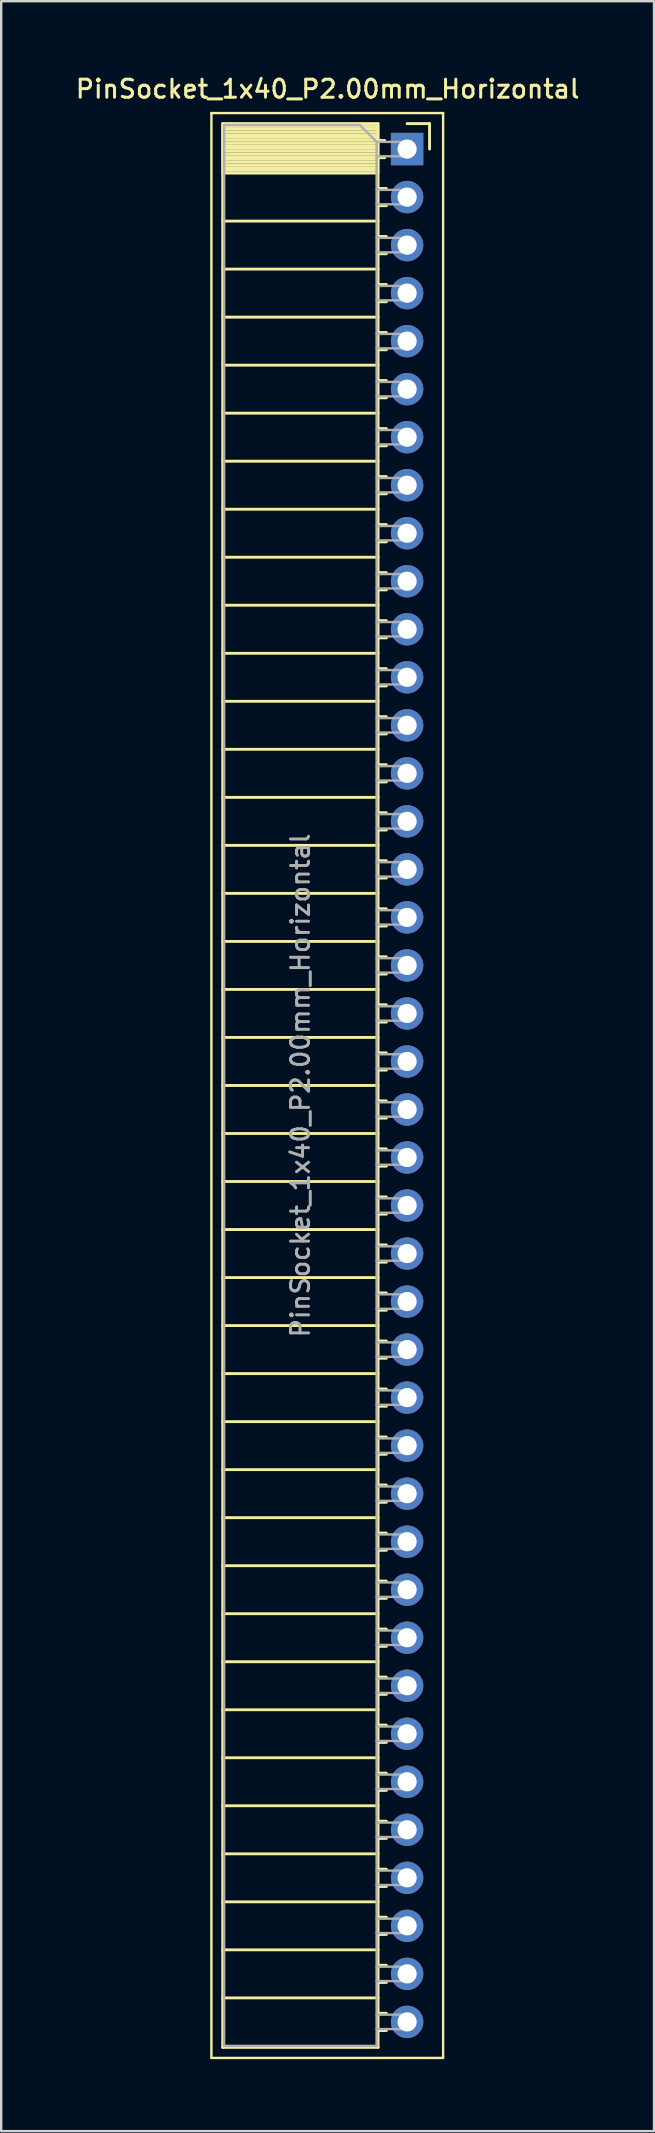
<source format=kicad_pcb>
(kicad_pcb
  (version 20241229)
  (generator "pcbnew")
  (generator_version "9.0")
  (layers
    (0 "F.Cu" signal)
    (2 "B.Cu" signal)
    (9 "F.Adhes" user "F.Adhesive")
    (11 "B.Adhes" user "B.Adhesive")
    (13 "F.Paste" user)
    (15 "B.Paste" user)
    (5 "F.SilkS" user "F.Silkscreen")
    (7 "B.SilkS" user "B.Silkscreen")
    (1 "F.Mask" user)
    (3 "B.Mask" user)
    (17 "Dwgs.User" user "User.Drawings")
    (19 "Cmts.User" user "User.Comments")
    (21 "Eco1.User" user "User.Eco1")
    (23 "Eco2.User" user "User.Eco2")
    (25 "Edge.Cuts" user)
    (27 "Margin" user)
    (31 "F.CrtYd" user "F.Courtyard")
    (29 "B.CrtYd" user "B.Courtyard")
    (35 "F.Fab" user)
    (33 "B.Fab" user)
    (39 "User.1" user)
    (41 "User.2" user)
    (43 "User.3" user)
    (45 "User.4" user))
  (footprint "PinSocket_1x40_P2.00mm_Horizontal"
    (layer "F.Cu")
    (at 13.905 3.158)
    (property "Reference" "PinSocket_1x40_P2.00mm_Horizontal" (at -3.31 -2.5 0) (layer "F.SilkS") (effects (font (size 0.75 0.75) (thickness 0.125))))
    (attr through_hole)
    (fp_line (start -8.15 -1.5) (end -8.15 79.5) (stroke (width 0.1) (type solid)) (layer "F.SilkS"))
    (fp_line (start -8.15 79.5) (end 1.5 79.5) (stroke (width 0.1) (type solid)) (layer "F.SilkS"))
    (fp_line (start -7.68 -1.06) (end -7.68 79.06) (stroke (width 0.12) (type solid)) (layer "F.SilkS"))
    (fp_line (start -7.68 -1.06) (end -1.21 -1.06) (stroke (width 0.12) (type solid)) (layer "F.SilkS"))
    (fp_line (start -7.68 -0.94) (end -1.21 -0.94) (stroke (width 0.12) (type solid)) (layer "F.SilkS"))
    (fp_line (start -7.68 -0.826) (end -1.21 -0.826) (stroke (width 0.12) (type solid)) (layer "F.SilkS"))
    (fp_line (start -7.68 -0.712) (end -1.21 -0.712) (stroke (width 0.12) (type solid)) (layer "F.SilkS"))
    (fp_line (start -7.68 -0.598) (end -1.21 -0.598) (stroke (width 0.12) (type solid)) (layer "F.SilkS"))
    (fp_line (start -7.68 -0.484) (end -1.21 -0.484) (stroke (width 0.12) (type solid)) (layer "F.SilkS"))
    (fp_line (start -7.68 -0.369) (end -1.21 -0.369) (stroke (width 0.12) (type solid)) (layer "F.SilkS"))
    (fp_line (start -7.68 -0.255) (end -1.21 -0.255) (stroke (width 0.12) (type solid)) (layer "F.SilkS"))
    (fp_line (start -7.68 -0.141) (end -1.21 -0.141) (stroke (width 0.12) (type solid)) (layer "F.SilkS"))
    (fp_line (start -7.68 -0.027) (end -1.21 -0.027) (stroke (width 0.12) (type solid)) (layer "F.SilkS"))
    (fp_line (start -7.68 0.087) (end -1.21 0.087) (stroke (width 0.12) (type solid)) (layer "F.SilkS"))
    (fp_line (start -7.68 0.201) (end -1.21 0.201) (stroke (width 0.12) (type solid)) (layer "F.SilkS"))
    (fp_line (start -7.68 0.315) (end -1.21 0.315) (stroke (width 0.12) (type solid)) (layer "F.SilkS"))
    (fp_line (start -7.68 0.429) (end -1.21 0.429) (stroke (width 0.12) (type solid)) (layer "F.SilkS"))
    (fp_line (start -7.68 0.544) (end -1.21 0.544) (stroke (width 0.12) (type solid)) (layer "F.SilkS"))
    (fp_line (start -7.68 0.658) (end -1.21 0.658) (stroke (width 0.12) (type solid)) (layer "F.SilkS"))
    (fp_line (start -7.68 0.772) (end -1.21 0.772) (stroke (width 0.12) (type solid)) (layer "F.SilkS"))
    (fp_line (start -7.68 0.886) (end -1.21 0.886) (stroke (width 0.12) (type solid)) (layer "F.SilkS"))
    (fp_line (start -7.68 1) (end -1.21 1) (stroke (width 0.12) (type solid)) (layer "F.SilkS"))
    (fp_line (start -7.68 3) (end -1.21 3) (stroke (width 0.12) (type solid)) (layer "F.SilkS"))
    (fp_line (start -7.68 5) (end -1.21 5) (stroke (width 0.12) (type solid)) (layer "F.SilkS"))
    (fp_line (start -7.68 7) (end -1.21 7) (stroke (width 0.12) (type solid)) (layer "F.SilkS"))
    (fp_line (start -7.68 9) (end -1.21 9) (stroke (width 0.12) (type solid)) (layer "F.SilkS"))
    (fp_line (start -7.68 11) (end -1.21 11) (stroke (width 0.12) (type solid)) (layer "F.SilkS"))
    (fp_line (start -7.68 13) (end -1.21 13) (stroke (width 0.12) (type solid)) (layer "F.SilkS"))
    (fp_line (start -7.68 15) (end -1.21 15) (stroke (width 0.12) (type solid)) (layer "F.SilkS"))
    (fp_line (start -7.68 17) (end -1.21 17) (stroke (width 0.12) (type solid)) (layer "F.SilkS"))
    (fp_line (start -7.68 19) (end -1.21 19) (stroke (width 0.12) (type solid)) (layer "F.SilkS"))
    (fp_line (start -7.68 21) (end -1.21 21) (stroke (width 0.12) (type solid)) (layer "F.SilkS"))
    (fp_line (start -7.68 23) (end -1.21 23) (stroke (width 0.12) (type solid)) (layer "F.SilkS"))
    (fp_line (start -7.68 25) (end -1.21 25) (stroke (width 0.12) (type solid)) (layer "F.SilkS"))
    (fp_line (start -7.68 27) (end -1.21 27) (stroke (width 0.12) (type solid)) (layer "F.SilkS"))
    (fp_line (start -7.68 29) (end -1.21 29) (stroke (width 0.12) (type solid)) (layer "F.SilkS"))
    (fp_line (start -7.68 31) (end -1.21 31) (stroke (width 0.12) (type solid)) (layer "F.SilkS"))
    (fp_line (start -7.68 33) (end -1.21 33) (stroke (width 0.12) (type solid)) (layer "F.SilkS"))
    (fp_line (start -7.68 35) (end -1.21 35) (stroke (width 0.12) (type solid)) (layer "F.SilkS"))
    (fp_line (start -7.68 37) (end -1.21 37) (stroke (width 0.12) (type solid)) (layer "F.SilkS"))
    (fp_line (start -7.68 39) (end -1.21 39) (stroke (width 0.12) (type solid)) (layer "F.SilkS"))
    (fp_line (start -7.68 41) (end -1.21 41) (stroke (width 0.12) (type solid)) (layer "F.SilkS"))
    (fp_line (start -7.68 43) (end -1.21 43) (stroke (width 0.12) (type solid)) (layer "F.SilkS"))
    (fp_line (start -7.68 45) (end -1.21 45) (stroke (width 0.12) (type solid)) (layer "F.SilkS"))
    (fp_line (start -7.68 47) (end -1.21 47) (stroke (width 0.12) (type solid)) (layer "F.SilkS"))
    (fp_line (start -7.68 49) (end -1.21 49) (stroke (width 0.12) (type solid)) (layer "F.SilkS"))
    (fp_line (start -7.68 51) (end -1.21 51) (stroke (width 0.12) (type solid)) (layer "F.SilkS"))
    (fp_line (start -7.68 53) (end -1.21 53) (stroke (width 0.12) (type solid)) (layer "F.SilkS"))
    (fp_line (start -7.68 55) (end -1.21 55) (stroke (width 0.12) (type solid)) (layer "F.SilkS"))
    (fp_line (start -7.68 57) (end -1.21 57) (stroke (width 0.12) (type solid)) (layer "F.SilkS"))
    (fp_line (start -7.68 59) (end -1.21 59) (stroke (width 0.12) (type solid)) (layer "F.SilkS"))
    (fp_line (start -7.68 61) (end -1.21 61) (stroke (width 0.12) (type solid)) (layer "F.SilkS"))
    (fp_line (start -7.68 63) (end -1.21 63) (stroke (width 0.12) (type solid)) (layer "F.SilkS"))
    (fp_line (start -7.68 65) (end -1.21 65) (stroke (width 0.12) (type solid)) (layer "F.SilkS"))
    (fp_line (start -7.68 67) (end -1.21 67) (stroke (width 0.12) (type solid)) (layer "F.SilkS"))
    (fp_line (start -7.68 69) (end -1.21 69) (stroke (width 0.12) (type solid)) (layer "F.SilkS"))
    (fp_line (start -7.68 71) (end -1.21 71) (stroke (width 0.12) (type solid)) (layer "F.SilkS"))
    (fp_line (start -7.68 73) (end -1.21 73) (stroke (width 0.12) (type solid)) (layer "F.SilkS"))
    (fp_line (start -7.68 75) (end -1.21 75) (stroke (width 0.12) (type solid)) (layer "F.SilkS"))
    (fp_line (start -7.68 77) (end -1.21 77) (stroke (width 0.12) (type solid)) (layer "F.SilkS"))
    (fp_line (start -7.68 79.06) (end -1.21 79.06) (stroke (width 0.12) (type solid)) (layer "F.SilkS"))
    (fp_line (start -1.21 -1.06) (end -1.21 79.06) (stroke (width 0.12) (type solid)) (layer "F.SilkS"))
    (fp_line (start -1.21 -0.36) (end -0.935 -0.36) (stroke (width 0.12) (type solid)) (layer "F.SilkS"))
    (fp_line (start -1.21 0.36) (end -0.935 0.36) (stroke (width 0.12) (type solid)) (layer "F.SilkS"))
    (fp_line (start -1.21 1.64) (end -0.863 1.64) (stroke (width 0.12) (type solid)) (layer "F.SilkS"))
    (fp_line (start -1.21 2.36) (end -0.863 2.36) (stroke (width 0.12) (type solid)) (layer "F.SilkS"))
    (fp_line (start -1.21 3.64) (end -0.863 3.64) (stroke (width 0.12) (type solid)) (layer "F.SilkS"))
    (fp_line (start -1.21 4.36) (end -0.863 4.36) (stroke (width 0.12) (type solid)) (layer "F.SilkS"))
    (fp_line (start -1.21 5.64) (end -0.863 5.64) (stroke (width 0.12) (type solid)) (layer "F.SilkS"))
    (fp_line (start -1.21 6.36) (end -0.863 6.36) (stroke (width 0.12) (type solid)) (layer "F.SilkS"))
    (fp_line (start -1.21 7.64) (end -0.863 7.64) (stroke (width 0.12) (type solid)) (layer "F.SilkS"))
    (fp_line (start -1.21 8.36) (end -0.863 8.36) (stroke (width 0.12) (type solid)) (layer "F.SilkS"))
    (fp_line (start -1.21 9.64) (end -0.863 9.64) (stroke (width 0.12) (type solid)) (layer "F.SilkS"))
    (fp_line (start -1.21 10.36) (end -0.863 10.36) (stroke (width 0.12) (type solid)) (layer "F.SilkS"))
    (fp_line (start -1.21 11.64) (end -0.863 11.64) (stroke (width 0.12) (type solid)) (layer "F.SilkS"))
    (fp_line (start -1.21 12.36) (end -0.863 12.36) (stroke (width 0.12) (type solid)) (layer "F.SilkS"))
    (fp_line (start -1.21 13.64) (end -0.863 13.64) (stroke (width 0.12) (type solid)) (layer "F.SilkS"))
    (fp_line (start -1.21 14.36) (end -0.863 14.36) (stroke (width 0.12) (type solid)) (layer "F.SilkS"))
    (fp_line (start -1.21 15.64) (end -0.863 15.64) (stroke (width 0.12) (type solid)) (layer "F.SilkS"))
    (fp_line (start -1.21 16.36) (end -0.863 16.36) (stroke (width 0.12) (type solid)) (layer "F.SilkS"))
    (fp_line (start -1.21 17.64) (end -0.863 17.64) (stroke (width 0.12) (type solid)) (layer "F.SilkS"))
    (fp_line (start -1.21 18.36) (end -0.863 18.36) (stroke (width 0.12) (type solid)) (layer "F.SilkS"))
    (fp_line (start -1.21 19.64) (end -0.863 19.64) (stroke (width 0.12) (type solid)) (layer "F.SilkS"))
    (fp_line (start -1.21 20.36) (end -0.863 20.36) (stroke (width 0.12) (type solid)) (layer "F.SilkS"))
    (fp_line (start -1.21 21.64) (end -0.863 21.64) (stroke (width 0.12) (type solid)) (layer "F.SilkS"))
    (fp_line (start -1.21 22.36) (end -0.863 22.36) (stroke (width 0.12) (type solid)) (layer "F.SilkS"))
    (fp_line (start -1.21 23.64) (end -0.863 23.64) (stroke (width 0.12) (type solid)) (layer "F.SilkS"))
    (fp_line (start -1.21 24.36) (end -0.863 24.36) (stroke (width 0.12) (type solid)) (layer "F.SilkS"))
    (fp_line (start -1.21 25.64) (end -0.863 25.64) (stroke (width 0.12) (type solid)) (layer "F.SilkS"))
    (fp_line (start -1.21 26.36) (end -0.863 26.36) (stroke (width 0.12) (type solid)) (layer "F.SilkS"))
    (fp_line (start -1.21 27.64) (end -0.863 27.64) (stroke (width 0.12) (type solid)) (layer "F.SilkS"))
    (fp_line (start -1.21 28.36) (end -0.863 28.36) (stroke (width 0.12) (type solid)) (layer "F.SilkS"))
    (fp_line (start -1.21 29.64) (end -0.863 29.64) (stroke (width 0.12) (type solid)) (layer "F.SilkS"))
    (fp_line (start -1.21 30.36) (end -0.863 30.36) (stroke (width 0.12) (type solid)) (layer "F.SilkS"))
    (fp_line (start -1.21 31.64) (end -0.863 31.64) (stroke (width 0.12) (type solid)) (layer "F.SilkS"))
    (fp_line (start -1.21 32.36) (end -0.863 32.36) (stroke (width 0.12) (type solid)) (layer "F.SilkS"))
    (fp_line (start -1.21 33.64) (end -0.863 33.64) (stroke (width 0.12) (type solid)) (layer "F.SilkS"))
    (fp_line (start -1.21 34.36) (end -0.863 34.36) (stroke (width 0.12) (type solid)) (layer "F.SilkS"))
    (fp_line (start -1.21 35.64) (end -0.863 35.64) (stroke (width 0.12) (type solid)) (layer "F.SilkS"))
    (fp_line (start -1.21 36.36) (end -0.863 36.36) (stroke (width 0.12) (type solid)) (layer "F.SilkS"))
    (fp_line (start -1.21 37.64) (end -0.863 37.64) (stroke (width 0.12) (type solid)) (layer "F.SilkS"))
    (fp_line (start -1.21 38.36) (end -0.863 38.36) (stroke (width 0.12) (type solid)) (layer "F.SilkS"))
    (fp_line (start -1.21 39.64) (end -0.863 39.64) (stroke (width 0.12) (type solid)) (layer "F.SilkS"))
    (fp_line (start -1.21 40.36) (end -0.863 40.36) (stroke (width 0.12) (type solid)) (layer "F.SilkS"))
    (fp_line (start -1.21 41.64) (end -0.863 41.64) (stroke (width 0.12) (type solid)) (layer "F.SilkS"))
    (fp_line (start -1.21 42.36) (end -0.863 42.36) (stroke (width 0.12) (type solid)) (layer "F.SilkS"))
    (fp_line (start -1.21 43.64) (end -0.863 43.64) (stroke (width 0.12) (type solid)) (layer "F.SilkS"))
    (fp_line (start -1.21 44.36) (end -0.863 44.36) (stroke (width 0.12) (type solid)) (layer "F.SilkS"))
    (fp_line (start -1.21 45.64) (end -0.863 45.64) (stroke (width 0.12) (type solid)) (layer "F.SilkS"))
    (fp_line (start -1.21 46.36) (end -0.863 46.36) (stroke (width 0.12) (type solid)) (layer "F.SilkS"))
    (fp_line (start -1.21 47.64) (end -0.863 47.64) (stroke (width 0.12) (type solid)) (layer "F.SilkS"))
    (fp_line (start -1.21 48.36) (end -0.863 48.36) (stroke (width 0.12) (type solid)) (layer "F.SilkS"))
    (fp_line (start -1.21 49.64) (end -0.863 49.64) (stroke (width 0.12) (type solid)) (layer "F.SilkS"))
    (fp_line (start -1.21 50.36) (end -0.863 50.36) (stroke (width 0.12) (type solid)) (layer "F.SilkS"))
    (fp_line (start -1.21 51.64) (end -0.863 51.64) (stroke (width 0.12) (type solid)) (layer "F.SilkS"))
    (fp_line (start -1.21 52.36) (end -0.863 52.36) (stroke (width 0.12) (type solid)) (layer "F.SilkS"))
    (fp_line (start -1.21 53.64) (end -0.863 53.64) (stroke (width 0.12) (type solid)) (layer "F.SilkS"))
    (fp_line (start -1.21 54.36) (end -0.863 54.36) (stroke (width 0.12) (type solid)) (layer "F.SilkS"))
    (fp_line (start -1.21 55.64) (end -0.863 55.64) (stroke (width 0.12) (type solid)) (layer "F.SilkS"))
    (fp_line (start -1.21 56.36) (end -0.863 56.36) (stroke (width 0.12) (type solid)) (layer "F.SilkS"))
    (fp_line (start -1.21 57.64) (end -0.863 57.64) (stroke (width 0.12) (type solid)) (layer "F.SilkS"))
    (fp_line (start -1.21 58.36) (end -0.863 58.36) (stroke (width 0.12) (type solid)) (layer "F.SilkS"))
    (fp_line (start -1.21 59.64) (end -0.863 59.64) (stroke (width 0.12) (type solid)) (layer "F.SilkS"))
    (fp_line (start -1.21 60.36) (end -0.863 60.36) (stroke (width 0.12) (type solid)) (layer "F.SilkS"))
    (fp_line (start -1.21 61.64) (end -0.863 61.64) (stroke (width 0.12) (type solid)) (layer "F.SilkS"))
    (fp_line (start -1.21 62.36) (end -0.863 62.36) (stroke (width 0.12) (type solid)) (layer "F.SilkS"))
    (fp_line (start -1.21 63.64) (end -0.863 63.64) (stroke (width 0.12) (type solid)) (layer "F.SilkS"))
    (fp_line (start -1.21 64.36) (end -0.863 64.36) (stroke (width 0.12) (type solid)) (layer "F.SilkS"))
    (fp_line (start -1.21 65.64) (end -0.863 65.64) (stroke (width 0.12) (type solid)) (layer "F.SilkS"))
    (fp_line (start -1.21 66.36) (end -0.863 66.36) (stroke (width 0.12) (type solid)) (layer "F.SilkS"))
    (fp_line (start -1.21 67.64) (end -0.863 67.64) (stroke (width 0.12) (type solid)) (layer "F.SilkS"))
    (fp_line (start -1.21 68.36) (end -0.863 68.36) (stroke (width 0.12) (type solid)) (layer "F.SilkS"))
    (fp_line (start -1.21 69.64) (end -0.863 69.64) (stroke (width 0.12) (type solid)) (layer "F.SilkS"))
    (fp_line (start -1.21 70.36) (end -0.863 70.36) (stroke (width 0.12) (type solid)) (layer "F.SilkS"))
    (fp_line (start -1.21 71.64) (end -0.863 71.64) (stroke (width 0.12) (type solid)) (layer "F.SilkS"))
    (fp_line (start -1.21 72.36) (end -0.863 72.36) (stroke (width 0.12) (type solid)) (layer "F.SilkS"))
    (fp_line (start -1.21 73.64) (end -0.863 73.64) (stroke (width 0.12) (type solid)) (layer "F.SilkS"))
    (fp_line (start -1.21 74.36) (end -0.863 74.36) (stroke (width 0.12) (type solid)) (layer "F.SilkS"))
    (fp_line (start -1.21 75.64) (end -0.863 75.64) (stroke (width 0.12) (type solid)) (layer "F.SilkS"))
    (fp_line (start -1.21 76.36) (end -0.863 76.36) (stroke (width 0.12) (type solid)) (layer "F.SilkS"))
    (fp_line (start -1.21 77.64) (end -0.863 77.64) (stroke (width 0.12) (type solid)) (layer "F.SilkS"))
    (fp_line (start -1.21 78.36) (end -0.863 78.36) (stroke (width 0.12) (type solid)) (layer "F.SilkS"))
    (fp_line (start 0 -1.06) (end 0.935 -1.06) (stroke (width 0.12) (type solid)) (layer "F.SilkS"))
    (fp_line (start 0.935 -1.06) (end 0.935 0) (stroke (width 0.12) (type solid)) (layer "F.SilkS"))
    (fp_line (start 1.5 -1.5) (end -8.15 -1.5) (stroke (width 0.1) (type solid)) (layer "F.SilkS"))
    (fp_line (start 1.5 79.5) (end 1.5 -1.5) (stroke (width 0.1) (type solid)) (layer "F.SilkS"))
    (fp_line (start -7.62 -1) (end -1.97 -1) (stroke (width 0.1) (type solid)) (layer "F.Fab"))
    (fp_line (start -7.62 79) (end -7.62 -1) (stroke (width 0.1) (type solid)) (layer "F.Fab"))
    (fp_line (start -1.97 -1) (end -1.27 -0.3) (stroke (width 0.1) (type solid)) (layer "F.Fab"))
    (fp_line (start -1.27 -0.3) (end -1.27 79) (stroke (width 0.1) (type solid)) (layer "F.Fab"))
    (fp_line (start -1.27 0.3) (end 0 0.3) (stroke (width 0.1) (type solid)) (layer "F.Fab"))
    (fp_line (start -1.27 2.3) (end 0 2.3) (stroke (width 0.1) (type solid)) (layer "F.Fab"))
    (fp_line (start -1.27 4.3) (end 0 4.3) (stroke (width 0.1) (type solid)) (layer "F.Fab"))
    (fp_line (start -1.27 6.3) (end 0 6.3) (stroke (width 0.1) (type solid)) (layer "F.Fab"))
    (fp_line (start -1.27 8.3) (end 0 8.3) (stroke (width 0.1) (type solid)) (layer "F.Fab"))
    (fp_line (start -1.27 10.3) (end 0 10.3) (stroke (width 0.1) (type solid)) (layer "F.Fab"))
    (fp_line (start -1.27 12.3) (end 0 12.3) (stroke (width 0.1) (type solid)) (layer "F.Fab"))
    (fp_line (start -1.27 14.3) (end 0 14.3) (stroke (width 0.1) (type solid)) (layer "F.Fab"))
    (fp_line (start -1.27 16.3) (end 0 16.3) (stroke (width 0.1) (type solid)) (layer "F.Fab"))
    (fp_line (start -1.27 18.3) (end 0 18.3) (stroke (width 0.1) (type solid)) (layer "F.Fab"))
    (fp_line (start -1.27 20.3) (end 0 20.3) (stroke (width 0.1) (type solid)) (layer "F.Fab"))
    (fp_line (start -1.27 22.3) (end 0 22.3) (stroke (width 0.1) (type solid)) (layer "F.Fab"))
    (fp_line (start -1.27 24.3) (end 0 24.3) (stroke (width 0.1) (type solid)) (layer "F.Fab"))
    (fp_line (start -1.27 26.3) (end 0 26.3) (stroke (width 0.1) (type solid)) (layer "F.Fab"))
    (fp_line (start -1.27 28.3) (end 0 28.3) (stroke (width 0.1) (type solid)) (layer "F.Fab"))
    (fp_line (start -1.27 30.3) (end 0 30.3) (stroke (width 0.1) (type solid)) (layer "F.Fab"))
    (fp_line (start -1.27 32.3) (end 0 32.3) (stroke (width 0.1) (type solid)) (layer "F.Fab"))
    (fp_line (start -1.27 34.3) (end 0 34.3) (stroke (width 0.1) (type solid)) (layer "F.Fab"))
    (fp_line (start -1.27 36.3) (end 0 36.3) (stroke (width 0.1) (type solid)) (layer "F.Fab"))
    (fp_line (start -1.27 38.3) (end 0 38.3) (stroke (width 0.1) (type solid)) (layer "F.Fab"))
    (fp_line (start -1.27 40.3) (end 0 40.3) (stroke (width 0.1) (type solid)) (layer "F.Fab"))
    (fp_line (start -1.27 42.3) (end 0 42.3) (stroke (width 0.1) (type solid)) (layer "F.Fab"))
    (fp_line (start -1.27 44.3) (end 0 44.3) (stroke (width 0.1) (type solid)) (layer "F.Fab"))
    (fp_line (start -1.27 46.3) (end 0 46.3) (stroke (width 0.1) (type solid)) (layer "F.Fab"))
    (fp_line (start -1.27 48.3) (end 0 48.3) (stroke (width 0.1) (type solid)) (layer "F.Fab"))
    (fp_line (start -1.27 50.3) (end 0 50.3) (stroke (width 0.1) (type solid)) (layer "F.Fab"))
    (fp_line (start -1.27 52.3) (end 0 52.3) (stroke (width 0.1) (type solid)) (layer "F.Fab"))
    (fp_line (start -1.27 54.3) (end 0 54.3) (stroke (width 0.1) (type solid)) (layer "F.Fab"))
    (fp_line (start -1.27 56.3) (end 0 56.3) (stroke (width 0.1) (type solid)) (layer "F.Fab"))
    (fp_line (start -1.27 58.3) (end 0 58.3) (stroke (width 0.1) (type solid)) (layer "F.Fab"))
    (fp_line (start -1.27 60.3) (end 0 60.3) (stroke (width 0.1) (type solid)) (layer "F.Fab"))
    (fp_line (start -1.27 62.3) (end 0 62.3) (stroke (width 0.1) (type solid)) (layer "F.Fab"))
    (fp_line (start -1.27 64.3) (end 0 64.3) (stroke (width 0.1) (type solid)) (layer "F.Fab"))
    (fp_line (start -1.27 66.3) (end 0 66.3) (stroke (width 0.1) (type solid)) (layer "F.Fab"))
    (fp_line (start -1.27 68.3) (end 0 68.3) (stroke (width 0.1) (type solid)) (layer "F.Fab"))
    (fp_line (start -1.27 70.3) (end 0 70.3) (stroke (width 0.1) (type solid)) (layer "F.Fab"))
    (fp_line (start -1.27 72.3) (end 0 72.3) (stroke (width 0.1) (type solid)) (layer "F.Fab"))
    (fp_line (start -1.27 74.3) (end 0 74.3) (stroke (width 0.1) (type solid)) (layer "F.Fab"))
    (fp_line (start -1.27 76.3) (end 0 76.3) (stroke (width 0.1) (type solid)) (layer "F.Fab"))
    (fp_line (start -1.27 78.3) (end 0 78.3) (stroke (width 0.1) (type solid)) (layer "F.Fab"))
    (fp_line (start -1.27 79) (end -7.62 79) (stroke (width 0.1) (type solid)) (layer "F.Fab"))
    (fp_line (start 0 -0.3) (end -1.27 -0.3) (stroke (width 0.1) (type solid)) (layer "F.Fab"))
    (fp_line (start 0 0.3) (end 0 -0.3) (stroke (width 0.1) (type solid)) (layer "F.Fab"))
    (fp_line (start 0 1.7) (end -1.27 1.7) (stroke (width 0.1) (type solid)) (layer "F.Fab"))
    (fp_line (start 0 2.3) (end 0 1.7) (stroke (width 0.1) (type solid)) (layer "F.Fab"))
    (fp_line (start 0 3.7) (end -1.27 3.7) (stroke (width 0.1) (type solid)) (layer "F.Fab"))
    (fp_line (start 0 4.3) (end 0 3.7) (stroke (width 0.1) (type solid)) (layer "F.Fab"))
    (fp_line (start 0 5.7) (end -1.27 5.7) (stroke (width 0.1) (type solid)) (layer "F.Fab"))
    (fp_line (start 0 6.3) (end 0 5.7) (stroke (width 0.1) (type solid)) (layer "F.Fab"))
    (fp_line (start 0 7.7) (end -1.27 7.7) (stroke (width 0.1) (type solid)) (layer "F.Fab"))
    (fp_line (start 0 8.3) (end 0 7.7) (stroke (width 0.1) (type solid)) (layer "F.Fab"))
    (fp_line (start 0 9.7) (end -1.27 9.7) (stroke (width 0.1) (type solid)) (layer "F.Fab"))
    (fp_line (start 0 10.3) (end 0 9.7) (stroke (width 0.1) (type solid)) (layer "F.Fab"))
    (fp_line (start 0 11.7) (end -1.27 11.7) (stroke (width 0.1) (type solid)) (layer "F.Fab"))
    (fp_line (start 0 12.3) (end 0 11.7) (stroke (width 0.1) (type solid)) (layer "F.Fab"))
    (fp_line (start 0 13.7) (end -1.27 13.7) (stroke (width 0.1) (type solid)) (layer "F.Fab"))
    (fp_line (start 0 14.3) (end 0 13.7) (stroke (width 0.1) (type solid)) (layer "F.Fab"))
    (fp_line (start 0 15.7) (end -1.27 15.7) (stroke (width 0.1) (type solid)) (layer "F.Fab"))
    (fp_line (start 0 16.3) (end 0 15.7) (stroke (width 0.1) (type solid)) (layer "F.Fab"))
    (fp_line (start 0 17.7) (end -1.27 17.7) (stroke (width 0.1) (type solid)) (layer "F.Fab"))
    (fp_line (start 0 18.3) (end 0 17.7) (stroke (width 0.1) (type solid)) (layer "F.Fab"))
    (fp_line (start 0 19.7) (end -1.27 19.7) (stroke (width 0.1) (type solid)) (layer "F.Fab"))
    (fp_line (start 0 20.3) (end 0 19.7) (stroke (width 0.1) (type solid)) (layer "F.Fab"))
    (fp_line (start 0 21.7) (end -1.27 21.7) (stroke (width 0.1) (type solid)) (layer "F.Fab"))
    (fp_line (start 0 22.3) (end 0 21.7) (stroke (width 0.1) (type solid)) (layer "F.Fab"))
    (fp_line (start 0 23.7) (end -1.27 23.7) (stroke (width 0.1) (type solid)) (layer "F.Fab"))
    (fp_line (start 0 24.3) (end 0 23.7) (stroke (width 0.1) (type solid)) (layer "F.Fab"))
    (fp_line (start 0 25.7) (end -1.27 25.7) (stroke (width 0.1) (type solid)) (layer "F.Fab"))
    (fp_line (start 0 26.3) (end 0 25.7) (stroke (width 0.1) (type solid)) (layer "F.Fab"))
    (fp_line (start 0 27.7) (end -1.27 27.7) (stroke (width 0.1) (type solid)) (layer "F.Fab"))
    (fp_line (start 0 28.3) (end 0 27.7) (stroke (width 0.1) (type solid)) (layer "F.Fab"))
    (fp_line (start 0 29.7) (end -1.27 29.7) (stroke (width 0.1) (type solid)) (layer "F.Fab"))
    (fp_line (start 0 30.3) (end 0 29.7) (stroke (width 0.1) (type solid)) (layer "F.Fab"))
    (fp_line (start 0 31.7) (end -1.27 31.7) (stroke (width 0.1) (type solid)) (layer "F.Fab"))
    (fp_line (start 0 32.3) (end 0 31.7) (stroke (width 0.1) (type solid)) (layer "F.Fab"))
    (fp_line (start 0 33.7) (end -1.27 33.7) (stroke (width 0.1) (type solid)) (layer "F.Fab"))
    (fp_line (start 0 34.3) (end 0 33.7) (stroke (width 0.1) (type solid)) (layer "F.Fab"))
    (fp_line (start 0 35.7) (end -1.27 35.7) (stroke (width 0.1) (type solid)) (layer "F.Fab"))
    (fp_line (start 0 36.3) (end 0 35.7) (stroke (width 0.1) (type solid)) (layer "F.Fab"))
    (fp_line (start 0 37.7) (end -1.27 37.7) (stroke (width 0.1) (type solid)) (layer "F.Fab"))
    (fp_line (start 0 38.3) (end 0 37.7) (stroke (width 0.1) (type solid)) (layer "F.Fab"))
    (fp_line (start 0 39.7) (end -1.27 39.7) (stroke (width 0.1) (type solid)) (layer "F.Fab"))
    (fp_line (start 0 40.3) (end 0 39.7) (stroke (width 0.1) (type solid)) (layer "F.Fab"))
    (fp_line (start 0 41.7) (end -1.27 41.7) (stroke (width 0.1) (type solid)) (layer "F.Fab"))
    (fp_line (start 0 42.3) (end 0 41.7) (stroke (width 0.1) (type solid)) (layer "F.Fab"))
    (fp_line (start 0 43.7) (end -1.27 43.7) (stroke (width 0.1) (type solid)) (layer "F.Fab"))
    (fp_line (start 0 44.3) (end 0 43.7) (stroke (width 0.1) (type solid)) (layer "F.Fab"))
    (fp_line (start 0 45.7) (end -1.27 45.7) (stroke (width 0.1) (type solid)) (layer "F.Fab"))
    (fp_line (start 0 46.3) (end 0 45.7) (stroke (width 0.1) (type solid)) (layer "F.Fab"))
    (fp_line (start 0 47.7) (end -1.27 47.7) (stroke (width 0.1) (type solid)) (layer "F.Fab"))
    (fp_line (start 0 48.3) (end 0 47.7) (stroke (width 0.1) (type solid)) (layer "F.Fab"))
    (fp_line (start 0 49.7) (end -1.27 49.7) (stroke (width 0.1) (type solid)) (layer "F.Fab"))
    (fp_line (start 0 50.3) (end 0 49.7) (stroke (width 0.1) (type solid)) (layer "F.Fab"))
    (fp_line (start 0 51.7) (end -1.27 51.7) (stroke (width 0.1) (type solid)) (layer "F.Fab"))
    (fp_line (start 0 52.3) (end 0 51.7) (stroke (width 0.1) (type solid)) (layer "F.Fab"))
    (fp_line (start 0 53.7) (end -1.27 53.7) (stroke (width 0.1) (type solid)) (layer "F.Fab"))
    (fp_line (start 0 54.3) (end 0 53.7) (stroke (width 0.1) (type solid)) (layer "F.Fab"))
    (fp_line (start 0 55.7) (end -1.27 55.7) (stroke (width 0.1) (type solid)) (layer "F.Fab"))
    (fp_line (start 0 56.3) (end 0 55.7) (stroke (width 0.1) (type solid)) (layer "F.Fab"))
    (fp_line (start 0 57.7) (end -1.27 57.7) (stroke (width 0.1) (type solid)) (layer "F.Fab"))
    (fp_line (start 0 58.3) (end 0 57.7) (stroke (width 0.1) (type solid)) (layer "F.Fab"))
    (fp_line (start 0 59.7) (end -1.27 59.7) (stroke (width 0.1) (type solid)) (layer "F.Fab"))
    (fp_line (start 0 60.3) (end 0 59.7) (stroke (width 0.1) (type solid)) (layer "F.Fab"))
    (fp_line (start 0 61.7) (end -1.27 61.7) (stroke (width 0.1) (type solid)) (layer "F.Fab"))
    (fp_line (start 0 62.3) (end 0 61.7) (stroke (width 0.1) (type solid)) (layer "F.Fab"))
    (fp_line (start 0 63.7) (end -1.27 63.7) (stroke (width 0.1) (type solid)) (layer "F.Fab"))
    (fp_line (start 0 64.3) (end 0 63.7) (stroke (width 0.1) (type solid)) (layer "F.Fab"))
    (fp_line (start 0 65.7) (end -1.27 65.7) (stroke (width 0.1) (type solid)) (layer "F.Fab"))
    (fp_line (start 0 66.3) (end 0 65.7) (stroke (width 0.1) (type solid)) (layer "F.Fab"))
    (fp_line (start 0 67.7) (end -1.27 67.7) (stroke (width 0.1) (type solid)) (layer "F.Fab"))
    (fp_line (start 0 68.3) (end 0 67.7) (stroke (width 0.1) (type solid)) (layer "F.Fab"))
    (fp_line (start 0 69.7) (end -1.27 69.7) (stroke (width 0.1) (type solid)) (layer "F.Fab"))
    (fp_line (start 0 70.3) (end 0 69.7) (stroke (width 0.1) (type solid)) (layer "F.Fab"))
    (fp_line (start 0 71.7) (end -1.27 71.7) (stroke (width 0.1) (type solid)) (layer "F.Fab"))
    (fp_line (start 0 72.3) (end 0 71.7) (stroke (width 0.1) (type solid)) (layer "F.Fab"))
    (fp_line (start 0 73.7) (end -1.27 73.7) (stroke (width 0.1) (type solid)) (layer "F.Fab"))
    (fp_line (start 0 74.3) (end 0 73.7) (stroke (width 0.1) (type solid)) (layer "F.Fab"))
    (fp_line (start 0 75.7) (end -1.27 75.7) (stroke (width 0.1) (type solid)) (layer "F.Fab"))
    (fp_line (start 0 76.3) (end 0 75.7) (stroke (width 0.1) (type solid)) (layer "F.Fab"))
    (fp_line (start 0 77.7) (end -1.27 77.7) (stroke (width 0.1) (type solid)) (layer "F.Fab"))
    (fp_line (start 0 78.3) (end 0 77.7) (stroke (width 0.1) (type solid)) (layer "F.Fab"))
    (fp_text user "${REFERENCE}" (at -4.445 39 90) (layer "F.Fab") (effects (font (size 0.75 0.75) (thickness 0.125))))
    (pad "1" thru_hole rect (at 0 0) (size 1.35 1.35) (drill 0.8) (layers "*.Cu" "*.Mask"))
    (pad "2" thru_hole oval (at 0 2) (size 1.35 1.35) (drill 0.8) (layers "*.Cu" "*.Mask"))
    (pad "3" thru_hole oval (at 0 4) (size 1.35 1.35) (drill 0.8) (layers "*.Cu" "*.Mask"))
    (pad "4" thru_hole oval (at 0 6) (size 1.35 1.35) (drill 0.8) (layers "*.Cu" "*.Mask"))
    (pad "5" thru_hole oval (at 0 8) (size 1.35 1.35) (drill 0.8) (layers "*.Cu" "*.Mask"))
    (pad "6" thru_hole oval (at 0 10) (size 1.35 1.35) (drill 0.8) (layers "*.Cu" "*.Mask"))
    (pad "7" thru_hole oval (at 0 12) (size 1.35 1.35) (drill 0.8) (layers "*.Cu" "*.Mask"))
    (pad "8" thru_hole oval (at 0 14) (size 1.35 1.35) (drill 0.8) (layers "*.Cu" "*.Mask"))
    (pad "9" thru_hole oval (at 0 16) (size 1.35 1.35) (drill 0.8) (layers "*.Cu" "*.Mask"))
    (pad "10" thru_hole oval (at 0 18) (size 1.35 1.35) (drill 0.8) (layers "*.Cu" "*.Mask"))
    (pad "11" thru_hole oval (at 0 20) (size 1.35 1.35) (drill 0.8) (layers "*.Cu" "*.Mask"))
    (pad "12" thru_hole oval (at 0 22) (size 1.35 1.35) (drill 0.8) (layers "*.Cu" "*.Mask"))
    (pad "13" thru_hole oval (at 0 24) (size 1.35 1.35) (drill 0.8) (layers "*.Cu" "*.Mask"))
    (pad "14" thru_hole oval (at 0 26) (size 1.35 1.35) (drill 0.8) (layers "*.Cu" "*.Mask"))
    (pad "15" thru_hole oval (at 0 28) (size 1.35 1.35) (drill 0.8) (layers "*.Cu" "*.Mask"))
    (pad "16" thru_hole oval (at 0 30) (size 1.35 1.35) (drill 0.8) (layers "*.Cu" "*.Mask"))
    (pad "17" thru_hole oval (at 0 32) (size 1.35 1.35) (drill 0.8) (layers "*.Cu" "*.Mask"))
    (pad "18" thru_hole oval (at 0 34) (size 1.35 1.35) (drill 0.8) (layers "*.Cu" "*.Mask"))
    (pad "19" thru_hole oval (at 0 36) (size 1.35 1.35) (drill 0.8) (layers "*.Cu" "*.Mask"))
    (pad "20" thru_hole oval (at 0 38) (size 1.35 1.35) (drill 0.8) (layers "*.Cu" "*.Mask"))
    (pad "21" thru_hole oval (at 0 40) (size 1.35 1.35) (drill 0.8) (layers "*.Cu" "*.Mask"))
    (pad "22" thru_hole oval (at 0 42) (size 1.35 1.35) (drill 0.8) (layers "*.Cu" "*.Mask"))
    (pad "23" thru_hole oval (at 0 44) (size 1.35 1.35) (drill 0.8) (layers "*.Cu" "*.Mask"))
    (pad "24" thru_hole oval (at 0 46) (size 1.35 1.35) (drill 0.8) (layers "*.Cu" "*.Mask"))
    (pad "25" thru_hole oval (at 0 48) (size 1.35 1.35) (drill 0.8) (layers "*.Cu" "*.Mask"))
    (pad "26" thru_hole oval (at 0 50) (size 1.35 1.35) (drill 0.8) (layers "*.Cu" "*.Mask"))
    (pad "27" thru_hole oval (at 0 52) (size 1.35 1.35) (drill 0.8) (layers "*.Cu" "*.Mask"))
    (pad "28" thru_hole oval (at 0 54) (size 1.35 1.35) (drill 0.8) (layers "*.Cu" "*.Mask"))
    (pad "29" thru_hole oval (at 0 56) (size 1.35 1.35) (drill 0.8) (layers "*.Cu" "*.Mask"))
    (pad "30" thru_hole oval (at 0 58) (size 1.35 1.35) (drill 0.8) (layers "*.Cu" "*.Mask"))
    (pad "31" thru_hole oval (at 0 60) (size 1.35 1.35) (drill 0.8) (layers "*.Cu" "*.Mask"))
    (pad "32" thru_hole oval (at 0 62) (size 1.35 1.35) (drill 0.8) (layers "*.Cu" "*.Mask"))
    (pad "33" thru_hole oval (at 0 64) (size 1.35 1.35) (drill 0.8) (layers "*.Cu" "*.Mask"))
    (pad "34" thru_hole oval (at 0 66) (size 1.35 1.35) (drill 0.8) (layers "*.Cu" "*.Mask"))
    (pad "35" thru_hole oval (at 0 68) (size 1.35 1.35) (drill 0.8) (layers "*.Cu" "*.Mask"))
    (pad "36" thru_hole oval (at 0 70) (size 1.35 1.35) (drill 0.8) (layers "*.Cu" "*.Mask"))
    (pad "37" thru_hole oval (at 0 72) (size 1.35 1.35) (drill 0.8) (layers "*.Cu" "*.Mask"))
    (pad "38" thru_hole oval (at 0 74) (size 1.35 1.35) (drill 0.8) (layers "*.Cu" "*.Mask"))
    (pad "39" thru_hole oval (at 0 76) (size 1.35 1.35) (drill 0.8) (layers "*.Cu" "*.Mask"))
    (pad "40" thru_hole oval (at 0 78) (size 1.35 1.35) (drill 0.8) (layers "*.Cu" "*.Mask")))
  (gr_rect
    (start -3 -3)
    (end 24.189 85.708)
    (stroke (width 0.1) (type default))
    (fill no)
    (layer "Edge.Cuts")))
</source>
